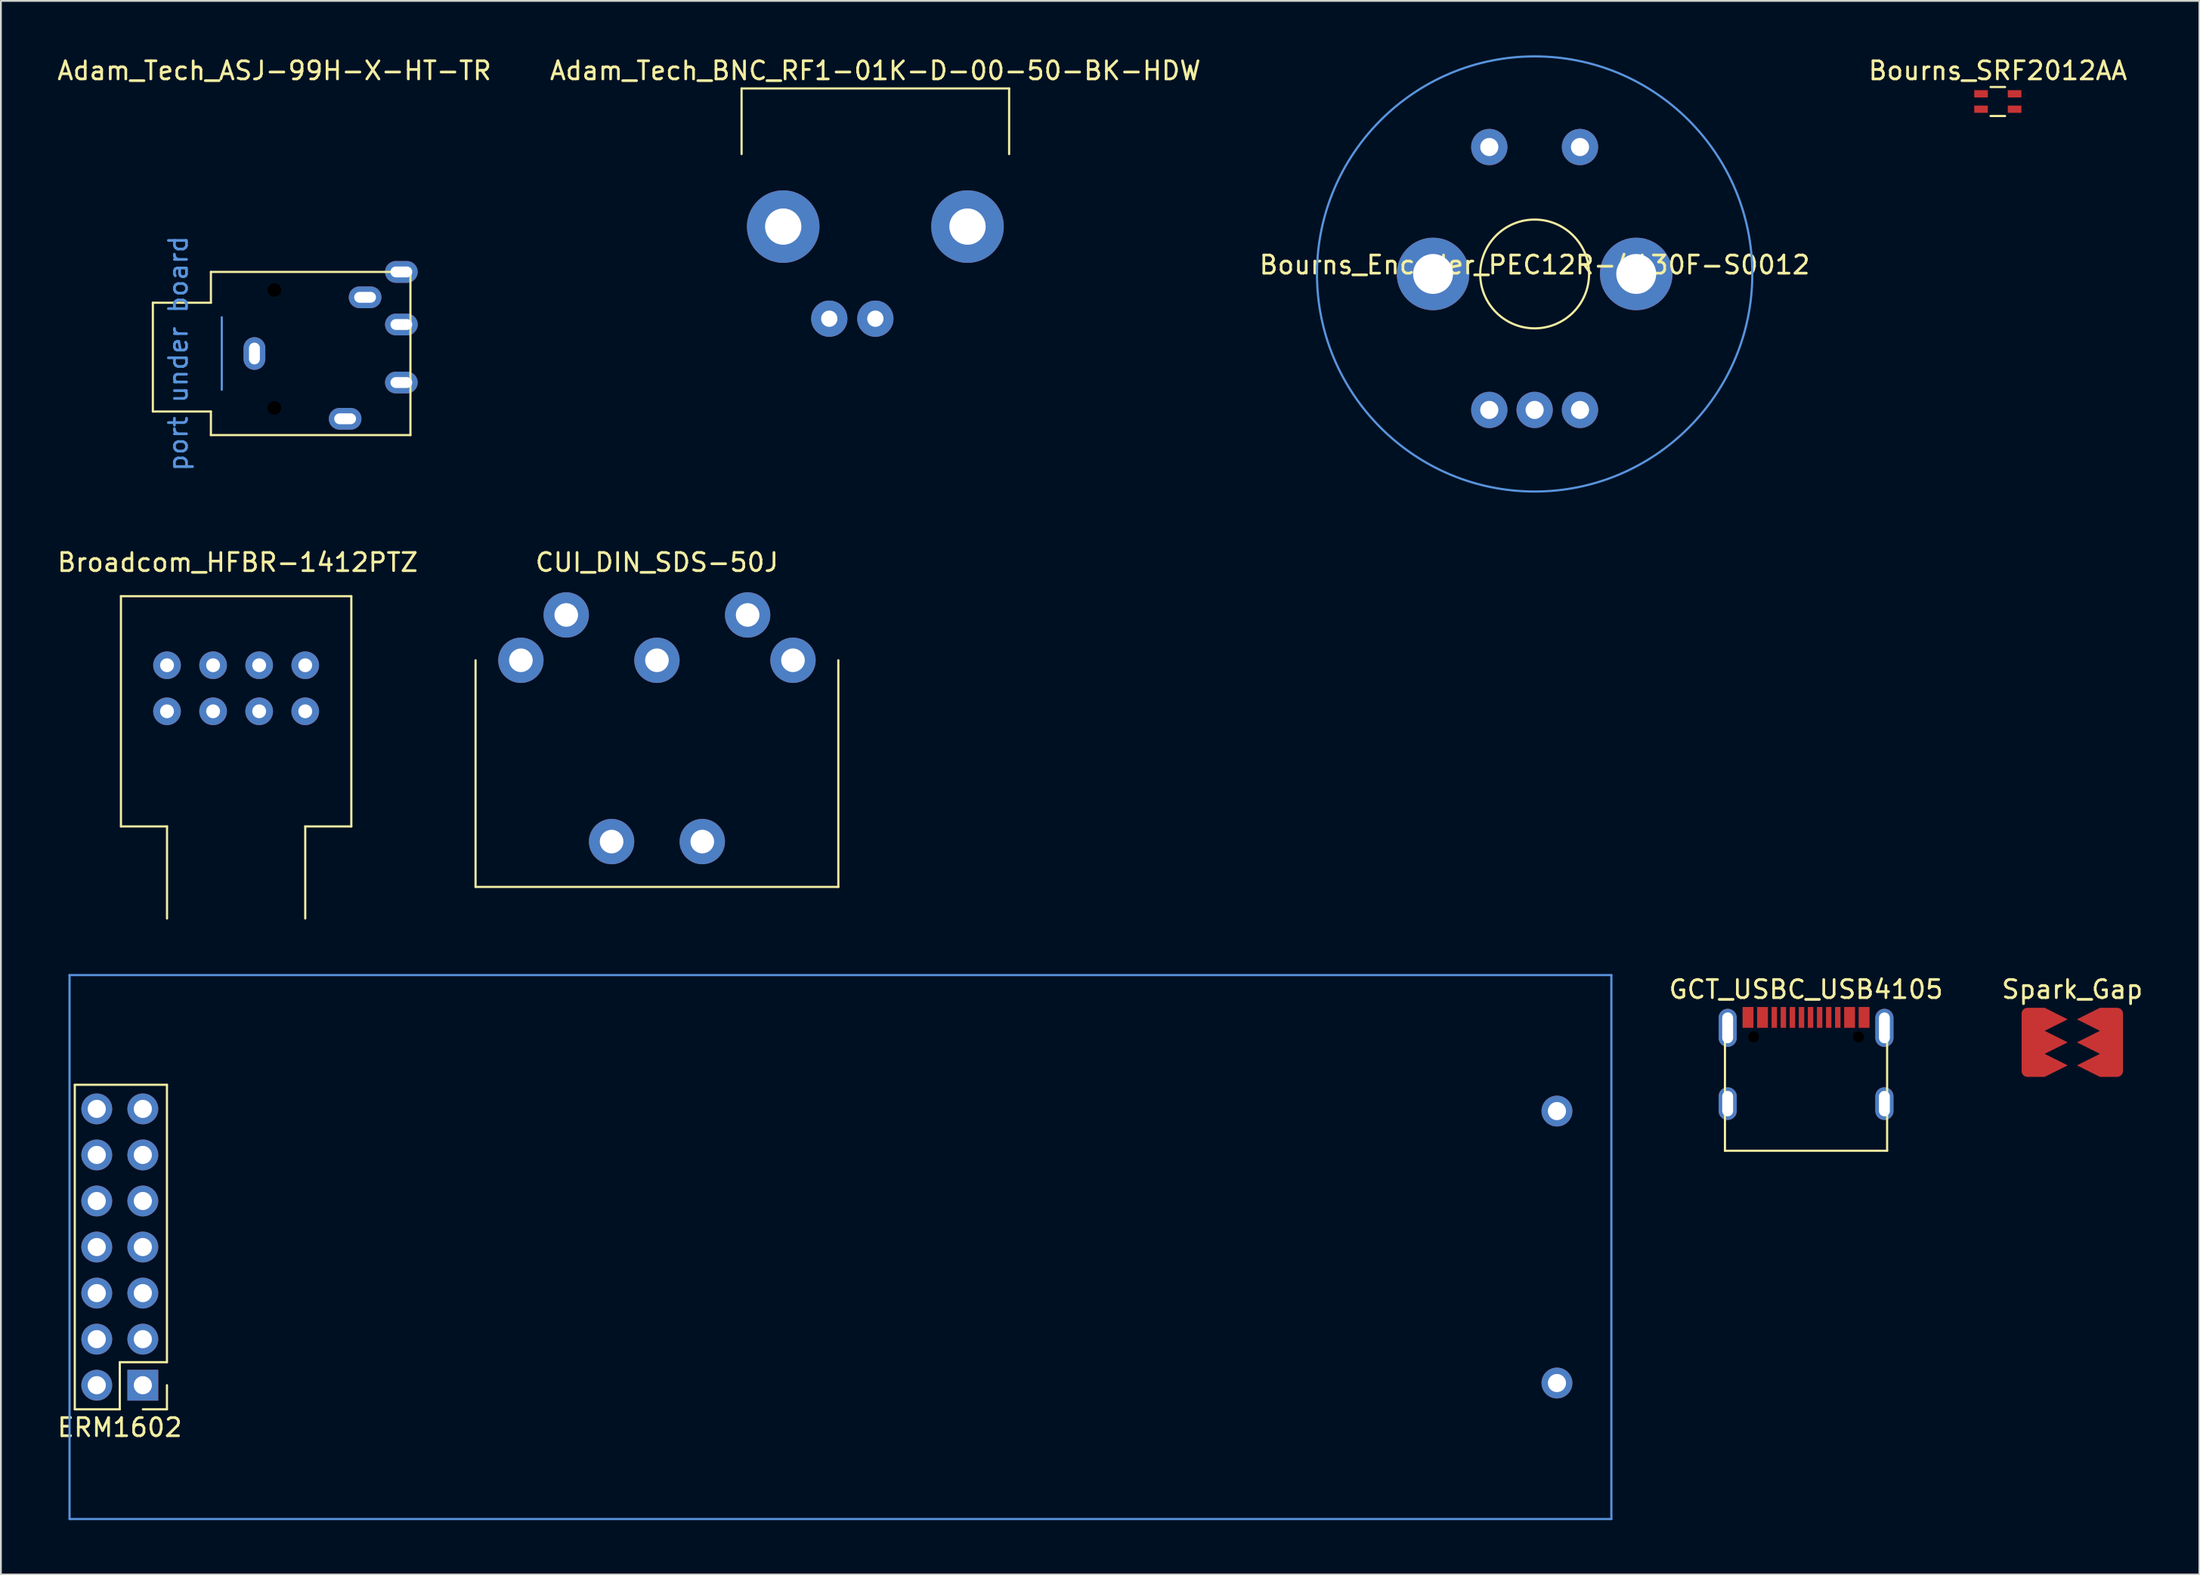
<source format=kicad_pcb>
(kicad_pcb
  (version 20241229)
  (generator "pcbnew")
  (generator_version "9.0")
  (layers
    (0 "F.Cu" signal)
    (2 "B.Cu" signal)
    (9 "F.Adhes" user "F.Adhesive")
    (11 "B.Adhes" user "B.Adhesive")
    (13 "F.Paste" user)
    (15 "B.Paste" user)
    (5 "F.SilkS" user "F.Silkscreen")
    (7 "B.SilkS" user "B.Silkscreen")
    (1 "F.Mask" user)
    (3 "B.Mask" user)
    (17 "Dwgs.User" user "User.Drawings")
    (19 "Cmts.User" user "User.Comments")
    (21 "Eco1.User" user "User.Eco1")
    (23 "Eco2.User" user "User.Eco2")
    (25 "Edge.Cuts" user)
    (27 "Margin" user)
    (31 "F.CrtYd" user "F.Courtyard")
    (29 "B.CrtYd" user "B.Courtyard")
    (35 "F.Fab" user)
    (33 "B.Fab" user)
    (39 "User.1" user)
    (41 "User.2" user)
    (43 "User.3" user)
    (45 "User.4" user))
  (footprint "Adam_Tech_BNC_RF1-01K-D-00-50-BK-HDW"
    (layer "F.Cu")
    (at 45.208 9.448)
    (property "Reference" "Adam_Tech_BNC_RF1-01K-D-00-50-BK-HDW" (at 0 -8.6 0) (unlocked yes) (layer "F.SilkS") (effects (font (size 1 1) (thickness 0.15))))
    (attr through_hole)
    (fp_line (start -7.375 -7.62) (end 7.375 -7.62) (stroke (width 0.12) (type solid)) (layer "F.SilkS"))
    (fp_line (start -7.375 -4) (end -7.375 -7.62) (stroke (width 0.12) (type solid)) (layer "F.SilkS"))
    (fp_line (start 7.375 -7.62) (end 7.375 -4) (stroke (width 0.12) (type solid)) (layer "F.SilkS"))
    (pad "" thru_hole circle (at -5.08 0) (size 4 4) (drill 2) (layers "*.Cu" "*.Mask"))
    (pad "" thru_hole circle (at 5.08 0) (size 4 4) (drill 2) (layers "*.Cu" "*.Mask"))
    (pad "1" thru_hole circle (at 0 5.08) (size 2 2) (drill 0.9) (layers "*.Cu" "*.Mask"))
    (pad "2" thru_hole circle (at -2.54 5.08) (size 2 2) (drill 0.9) (layers "*.Cu" "*.Mask")))
  (footprint "GCT_USBC_USB4105"
    (layer "F.Cu")
    (at 96.516 57.821)
    (property "Reference" "GCT_USBC_USB4105" (at 0 -6.3 0) (unlocked yes) (layer "F.SilkS") (effects (font (size 1 1) (thickness 0.15))))
    (attr through_hole)
    (fp_line (start -4.47 -4.75) (end -4.47 2.6) (stroke (width 0.12) (type solid)) (layer "F.SilkS"))
    (fp_line (start 4.47 -4.75) (end 4.47 2.6) (stroke (width 0.12) (type solid)) (layer "F.SilkS"))
    (fp_line (start 4.47 2.6) (end -4.47 2.6) (stroke (width 0.12) (type solid)) (layer "F.SilkS"))
    (pad "" np_thru_hole circle (at -2.89 -3.68) (size 0.6 0.6) (drill 0.65) (layers "*.Mask"))
    (pad "" np_thru_hole circle (at 2.89 -3.68) (size 0.6 0.6) (drill 0.65) (layers "*.Mask"))
    (pad "A1" smd rect (at -3.2 -4.755) (size 0.6 1.15) (layers "F.Cu" "F.Mask" "F.Paste"))
    (pad "A1" smd rect (at 3.2 -4.755) (size 0.6 1.15) (layers "F.Cu" "F.Mask" "F.Paste"))
    (pad "A4" smd rect (at -2.4 -4.755) (size 0.6 1.15) (layers "F.Cu" "F.Mask" "F.Paste"))
    (pad "A4" smd rect (at 2.4 -4.755) (size 0.6 1.15) (layers "F.Cu" "F.Mask" "F.Paste"))
    (pad "A5" smd rect (at -1.25 -4.755) (size 0.3 1.15) (layers "F.Cu" "F.Mask" "F.Paste"))
    (pad "A6" smd rect (at -0.25 -4.755) (size 0.3 1.15) (layers "F.Cu" "F.Mask" "F.Paste"))
    (pad "A7" smd rect (at 0.25 -4.755) (size 0.3 1.15) (layers "F.Cu" "F.Mask" "F.Paste"))
    (pad "A8" smd rect (at 1.25 -4.755) (size 0.3 1.15) (layers "F.Cu" "F.Mask" "F.Paste"))
    (pad "B5" smd rect (at 1.75 -4.755) (size 0.3 1.15) (layers "F.Cu" "F.Mask" "F.Paste"))
    (pad "B6" smd rect (at 0.75 -4.755) (size 0.3 1.15) (layers "F.Cu" "F.Mask" "F.Paste"))
    (pad "B7" smd rect (at -0.75 -4.755) (size 0.3 1.15) (layers "F.Cu" "F.Mask" "F.Paste"))
    (pad "B8" smd rect (at -1.75 -4.755) (size 0.3 1.15) (layers "F.Cu" "F.Mask" "F.Paste"))
    (pad "S1" thru_hole oval (at -4.32 -4.18) (size 1 2.1) (drill oval 0.6 1.7) (layers "*.Cu" "*.Mask"))
    (pad "S1" thru_hole oval (at -4.32 0) (size 1 1.8) (drill oval 0.6 1.4) (layers "*.Cu" "*.Mask"))
    (pad "S1" thru_hole oval (at 4.32 -4.18) (size 1 2.1) (drill oval 0.6 1.7) (layers "*.Cu" "*.Mask"))
    (pad "S1" thru_hole oval (at 4.32 0) (size 1 1.8) (drill oval 0.6 1.4) (layers "*.Cu" "*.Mask")))
  (footprint "CUI_DIN_SDS-50J"
    (layer "F.Cu")
    (at 33.167 38.368)
    (property "Reference" "CUI_DIN_SDS-50J" (at 0 -10.4 0) (unlocked yes) (layer "F.SilkS") (effects (font (size 1 1) (thickness 0.15))))
    (attr through_hole)
    (fp_line (start -10 -5) (end -10 7.5) (stroke (width 0.12) (type solid)) (layer "F.SilkS"))
    (fp_line (start -10 7.5) (end 10 7.5) (stroke (width 0.12) (type solid)) (layer "F.SilkS"))
    (fp_line (start 10 7.5) (end 10 -5) (stroke (width 0.12) (type solid)) (layer "F.SilkS"))
    (pad "" thru_hole circle (at -2.5 5 90) (size 2.5 2.5) (drill 1.3) (layers "*.Cu" "*.Mask"))
    (pad "" thru_hole circle (at 2.5 5 90) (size 2.5 2.5) (drill 1.3) (layers "*.Cu" "*.Mask"))
    (pad "1" thru_hole circle (at 7.5 -5 90) (size 2.5 2.5) (drill 1.3) (layers "*.Cu" "*.Mask"))
    (pad "2" thru_hole circle (at 0 -5 90) (size 2.5 2.5) (drill 1.3) (layers "*.Cu" "*.Mask"))
    (pad "3" thru_hole circle (at -7.5 -5 90) (size 2.5 2.5) (drill 1.3) (layers "*.Cu" "*.Mask"))
    (pad "4" thru_hole circle (at 5 -7.5 90) (size 2.5 2.5) (drill 1.3) (layers "*.Cu" "*.Mask"))
    (pad "5" thru_hole circle (at -5 -7.5 90) (size 2.5 2.5) (drill 1.3) (layers "*.Cu" "*.Mask")))
  (footprint "Bourns_SRF2012AA"
    (layer "F.Cu")
    (at 107.089 2.548)
    (property "Reference" "Bourns_SRF2012AA" (at 0 -1.7 0) (unlocked yes) (layer "F.SilkS") (effects (font (size 1 1) (thickness 0.15))))
    (attr smd)
    (fp_line (start -0.4 -0.8) (end 0.4 -0.8) (stroke (width 0.12) (type solid)) (layer "F.SilkS"))
    (fp_line (start 0.4 0.8) (end -0.4 0.8) (stroke (width 0.12) (type solid)) (layer "F.SilkS"))
    (pad "1" smd rect (at -0.925 -0.425) (size 0.75 0.4) (layers "F.Cu" "F.Mask" "F.Paste"))
    (pad "2" smd rect (at 0.925 -0.425) (size 0.75 0.4) (layers "F.Cu" "F.Mask" "F.Paste"))
    (pad "3" smd rect (at -0.925 0.425) (size 0.75 0.4) (layers "F.Cu" "F.Mask" "F.Paste"))
    (pad "4" smd rect (at 0.925 0.425) (size 0.75 0.4) (layers "F.Cu" "F.Mask" "F.Paste")))
  (footprint "ERM1602"
    (layer "F.Cu")
    (at 2.284 65.732)
    (property "Reference" "ERM1602" (at 1.27 9.95 180) (layer "F.SilkS") (effects (font (size 1 1) (thickness 0.15))))
    (attr through_hole)
    (fp_line (start -1.21 -8.95) (end -1.21 8.95) (stroke (width 0.12) (type solid)) (layer "F.SilkS"))
    (fp_line (start 1.27 6.35) (end 1.27 8.95) (stroke (width 0.12) (type solid)) (layer "F.SilkS"))
    (fp_line (start 1.27 8.95) (end -1.21 8.95) (stroke (width 0.12) (type solid)) (layer "F.SilkS"))
    (fp_line (start 3.87 -8.95) (end -1.21 -8.95) (stroke (width 0.12) (type solid)) (layer "F.SilkS"))
    (fp_line (start 3.87 6.35) (end 1.27 6.35) (stroke (width 0.12) (type solid)) (layer "F.SilkS"))
    (fp_line (start 3.87 6.35) (end 3.87 -8.95) (stroke (width 0.12) (type solid)) (layer "F.SilkS"))
    (fp_line (start 3.87 7.62) (end 3.87 8.95) (stroke (width 0.12) (type solid)) (layer "F.SilkS"))
    (fp_line (start 3.87 8.95) (end 2.54 8.95) (stroke (width 0.12) (type solid)) (layer "F.SilkS"))
    (fp_line (start -1.5 -15) (end 83.5 -15) (stroke (width 0.12) (type solid)) (layer "Cmts.User"))
    (fp_line (start -1.5 15) (end -1.5 -15) (stroke (width 0.12) (type solid)) (layer "Cmts.User"))
    (fp_line (start 83.5 -15) (end 83.5 15) (stroke (width 0.12) (type solid)) (layer "Cmts.User"))
    (fp_line (start 83.5 15) (end -1.5 15) (stroke (width 0.12) (type solid)) (layer "Cmts.User"))
    (pad "1" thru_hole rect (at 2.54 7.62 180) (size 1.7 1.7) (drill 1) (layers "*.Cu" "*.Mask"))
    (pad "2" thru_hole oval (at 0 7.62 180) (size 1.7 1.7) (drill 1) (layers "*.Cu" "*.Mask"))
    (pad "3" thru_hole oval (at 2.54 5.08 180) (size 1.7 1.7) (drill 1) (layers "*.Cu" "*.Mask"))
    (pad "4" thru_hole oval (at 0 5.08 180) (size 1.7 1.7) (drill 1) (layers "*.Cu" "*.Mask"))
    (pad "5" thru_hole oval (at 2.54 2.54 180) (size 1.7 1.7) (drill 1) (layers "*.Cu" "*.Mask"))
    (pad "6" thru_hole oval (at 0 2.54 180) (size 1.7 1.7) (drill 1) (layers "*.Cu" "*.Mask"))
    (pad "7" thru_hole oval (at 2.54 0 180) (size 1.7 1.7) (drill 1) (layers "*.Cu" "*.Mask"))
    (pad "8" thru_hole oval (at 0 0 180) (size 1.7 1.7) (drill 1) (layers "*.Cu" "*.Mask"))
    (pad "9" thru_hole oval (at 2.54 -2.54 180) (size 1.7 1.7) (drill 1) (layers "*.Cu" "*.Mask"))
    (pad "10" thru_hole oval (at 0 -2.54 180) (size 1.7 1.7) (drill 1) (layers "*.Cu" "*.Mask"))
    (pad "11" thru_hole oval (at 2.54 -5.08 180) (size 1.7 1.7) (drill 1) (layers "*.Cu" "*.Mask"))
    (pad "12" thru_hole oval (at 0 -5.08 180) (size 1.7 1.7) (drill 1) (layers "*.Cu" "*.Mask"))
    (pad "13" thru_hole oval (at 2.54 -7.62 180) (size 1.7 1.7) (drill 1) (layers "*.Cu" "*.Mask"))
    (pad "14" thru_hole oval (at 0 -7.62 180) (size 1.7 1.7) (drill 1) (layers "*.Cu" "*.Mask"))
    (pad "15" thru_hole oval (at 80.5 -7.5 180) (size 1.7 1.7) (drill 1) (layers "*.Cu" "*.Mask"))
    (pad "16" thru_hole oval (at 80.5 7.5 180) (size 1.7 1.7) (drill 1) (layers "*.Cu" "*.Mask")))
  (footprint "Adam_Tech_ASJ-99H-X-HT-TR"
    (layer "F.Cu")
    (at 12.077 16.448)
    (property "Reference" "Adam_Tech_ASJ-99H-X-HT-TR" (at 0 -15.6 0) (unlocked yes) (layer "F.SilkS") (effects (font (size 1 1) (thickness 0.15))))
    (attr through_hole)
    (fp_line (start -6.7 -2.8) (end -3.5 -2.8) (stroke (width 0.12) (type solid)) (layer "F.SilkS"))
    (fp_line (start -6.7 3.2) (end -6.7 -2.8) (stroke (width 0.12) (type solid)) (layer "F.SilkS"))
    (fp_line (start -3.5 -4.5) (end 7.5 -4.5) (stroke (width 0.12) (type solid)) (layer "F.SilkS"))
    (fp_line (start -3.5 -2.8) (end -3.5 -4.5) (stroke (width 0.12) (type solid)) (layer "F.SilkS"))
    (fp_line (start -3.5 3.2) (end -6.7 3.2) (stroke (width 0.12) (type solid)) (layer "F.SilkS"))
    (fp_line (start -3.5 4.5) (end -3.5 3.2) (stroke (width 0.12) (type solid)) (layer "F.SilkS"))
    (fp_line (start 7.5 -4.5) (end 7.5 4.5) (stroke (width 0.12) (type solid)) (layer "F.SilkS"))
    (fp_line (start 7.5 4.5) (end -3.5 4.5) (stroke (width 0.12) (type solid)) (layer "F.SilkS"))
    (fp_line (start -2.9 -2) (end -2.9 2) (stroke (width 0.12) (type solid)) (layer "Cmts.User"))
    (fp_text user "port under board" (at -5.3 0 90) (unlocked yes) (layer "Cmts.User") (effects (font (size 1 1) (thickness 0.15))))
    (pad "" np_thru_hole circle (at 0 -3.5) (size 0.75 0.75) (drill 1.3) (layers "*.Mask"))
    (pad "" np_thru_hole circle (at 0 3) (size 0.75 0.75) (drill 1.3) (layers "*.Mask"))
    (pad "R" thru_hole oval (at 7 -1.6 90) (size 1.2 1.8) (drill oval 0.6 1.2) (layers "*.Cu" "*.Mask"))
    (pad "RN" thru_hole oval (at 5 -3.1 90) (size 1.2 1.8) (drill oval 0.6 1.2) (layers "*.Cu" "*.Mask"))
    (pad "RN" thru_hole oval (at 7 -4.5 90) (size 1.2 1.8) (drill oval 0.6 1.2) (layers "*.Cu" "*.Mask"))
    (pad "S" thru_hole oval (at -1.1 0) (size 1.2 1.8) (drill oval 0.6 1.2) (layers "*.Cu" "*.Mask"))
    (pad "T" thru_hole oval (at 3.9 3.6 90) (size 1.2 1.8) (drill oval 0.6 1.2) (layers "*.Cu" "*.Mask"))
    (pad "TN" thru_hole oval (at 7 1.6 90) (size 1.2 1.8) (drill oval 0.6 1.2) (layers "*.Cu" "*.Mask")))
  (footprint "Spark_Gap"
    (layer "F.Cu")
    (at 111.195 54.441)
    (property "Reference" "Spark_Gap" (at 0 -2.921 0) (unlocked yes) (layer "F.SilkS") (effects (font (size 1 1) (thickness 0.15))))
    (attr smd)
    (fp_poly (pts (arc (start 1.778 1.905) (mid 2.047408 1.793408) (end 2.159 1.524)) (arc (start 2.159 -1.524) (mid 2.047408 -1.793408) (end 1.778 -1.905)) (arc (start -1.778 -1.905) (mid -2.047408 -1.793408) (end -2.159 -1.524)) (arc (start -2.159 1.524) (mid -2.047408 1.793408) (end -1.778 1.905))) (stroke (width 0) (type solid)) (fill yes) (layer "F.Mask"))
    (pad "1" smd custom (at -2.159 0 90) (size 1.27 1.27) (layers "F.Cu") (options (anchor circle)) (primitives (gr_poly (pts (xy -1.905 -0.318) (xy -1.894 -0.4) (xy -1.848 -0.5) (xy -1.77 -0.578) (xy -1.67 -0.624) (xy -1.587 -0.635) (xy 1.587 -0.635) (xy 1.67 -0.624) (xy 1.77 -0.578) (xy 1.848 -0.5) (xy 1.894 -0.4) (xy 1.905 -0.318) (xy 1.905 0.318) (xy 1.894 0.4) (xy 1.848 0.5) (xy 1.77 0.578) (xy 1.67 0.624) (xy 1.587 0.635) (xy -1.587 0.635) (xy -1.67 0.624) (xy -1.77 0.578) (xy -1.848 0.5) (xy -1.894 0.4) (xy -1.905 0.318)) (width 0) (fill yes)) (gr_poly (pts (xy 1.905 -0.127) (xy 1.905 0.635) (xy 1.27 1.905) (xy 0.635 0.635) (xy 0 1.905) (xy -0.635 0.635) (xy -1.27 1.905) (xy -1.905 0.635) (xy -1.905 -0.127)) (width 0) (fill yes))))
    (pad "2" smd custom (at 2.159 0 90) (size 1.27 1.27) (layers "F.Cu") (options (anchor circle)) (primitives (gr_poly (pts (xy -1.905 -0.318) (xy -1.894 -0.4) (xy -1.848 -0.5) (xy -1.77 -0.578) (xy -1.67 -0.624) (xy -1.587 -0.635) (xy 1.587 -0.635) (xy 1.67 -0.624) (xy 1.77 -0.578) (xy 1.848 -0.5) (xy 1.894 -0.4) (xy 1.905 -0.318) (xy 1.905 0.318) (xy 1.894 0.4) (xy 1.848 0.5) (xy 1.77 0.578) (xy 1.67 0.624) (xy 1.587 0.635) (xy -1.587 0.635) (xy -1.67 0.624) (xy -1.77 0.578) (xy -1.848 0.5) (xy -1.894 0.4) (xy -1.905 0.318)) (width 0) (fill yes)) (gr_poly (pts (xy -1.905 0.127) (xy -1.905 -0.635) (xy -1.27 -1.905) (xy -0.635 -0.635) (xy 0 -1.905) (xy 0.635 -0.635) (xy 1.27 -1.905) (xy 1.905 -0.635) (xy 1.905 0.127)) (width 0) (fill yes)))))
  (footprint "Bourns_Encoder_PEC12R-4130F-S0012"
    (layer "F.Cu")
    (at 81.554 12.06)
    (property "Reference" "Bourns_Encoder_PEC12R-4130F-S0012" (at 0 -0.5 0) (unlocked yes) (layer "F.SilkS") (effects (font (size 1 1) (thickness 0.15))))
    (attr through_hole)
    (fp_circle (center 0 0) (end 3 0) (stroke (width 0.12) (type solid)) (fill no) (layer "F.SilkS"))
    (fp_circle (center 0 0) (end 12 0) (stroke (width 0.12) (type solid)) (fill no) (layer "Cmts.User"))
    (pad "" thru_hole circle (at -5.6 0) (size 4 4) (drill 2.2) (layers "*.Cu" "*.Mask"))
    (pad "" thru_hole circle (at 5.6 0) (size 4 4) (drill 2.2) (layers "*.Cu" "*.Mask"))
    (pad "A" thru_hole circle (at -2.5 7.5) (size 2 2) (drill 1) (layers "*.Cu" "*.Mask"))
    (pad "B" thru_hole circle (at 2.5 7.5) (size 2 2) (drill 1) (layers "*.Cu" "*.Mask"))
    (pad "C" thru_hole circle (at 0 7.5) (size 2 2) (drill 1) (layers "*.Cu" "*.Mask"))
    (pad "S1" thru_hole circle (at -2.5 -7) (size 2 2) (drill 1) (layers "*.Cu" "*.Mask"))
    (pad "S2" thru_hole circle (at 2.5 -7) (size 2 2) (drill 1) (layers "*.Cu" "*.Mask")))
  (footprint "Broadcom_HFBR-1412PTZ"
    (layer "F.Cu")
    (at 9.968 36.182)
    (property "Reference" "Broadcom_HFBR-1412PTZ" (at 0.086 -8.214 0) (unlocked yes) (layer "F.SilkS") (effects (font (size 1 1) (thickness 0.15))))
    (attr through_hole)
    (fp_line (start -6.35 -6.35) (end 6.35 -6.35) (stroke (width 0.12) (type solid)) (layer "F.SilkS"))
    (fp_line (start -6.35 6.35) (end -6.35 -6.35) (stroke (width 0.12) (type solid)) (layer "F.SilkS"))
    (fp_line (start -3.81 6.35) (end -6.35 6.35) (stroke (width 0.12) (type solid)) (layer "F.SilkS"))
    (fp_line (start -3.81 6.35) (end -3.81 11.43) (stroke (width 0.12) (type solid)) (layer "F.SilkS"))
    (fp_line (start 3.81 6.35) (end 3.81 11.43) (stroke (width 0.12) (type solid)) (layer "F.SilkS"))
    (fp_line (start 6.35 -6.35) (end 6.35 6.35) (stroke (width 0.12) (type solid)) (layer "F.SilkS"))
    (fp_line (start 6.35 6.35) (end 3.81 6.35) (stroke (width 0.12) (type solid)) (layer "F.SilkS"))
    (pad "1" thru_hole circle (at 3.81 -2.54 90) (size 1.524 1.524) (drill 0.762) (layers "*.Cu" "*.Mask"))
    (pad "2" thru_hole circle (at 1.27 -2.54 90) (size 1.524 1.524) (drill 0.762) (layers "*.Cu" "*.Mask"))
    (pad "3" thru_hole circle (at -1.27 -2.54 90) (size 1.524 1.524) (drill 0.762) (layers "*.Cu" "*.Mask"))
    (pad "4" thru_hole circle (at -3.81 -2.54 90) (size 1.524 1.524) (drill 0.762) (layers "*.Cu" "*.Mask"))
    (pad "5" thru_hole circle (at -3.81 0 90) (size 1.524 1.524) (drill 0.762) (layers "*.Cu" "*.Mask"))
    (pad "6" thru_hole circle (at -1.27 0 90) (size 1.524 1.524) (drill 0.762) (layers "*.Cu" "*.Mask"))
    (pad "7" thru_hole circle (at 1.27 0 90) (size 1.524 1.524) (drill 0.762) (layers "*.Cu" "*.Mask"))
    (pad "8" thru_hole circle (at 3.81 0 90) (size 1.524 1.524) (drill 0.762) (layers "*.Cu" "*.Mask")))
  (gr_rect
    (start -3 -3)
    (end 118.201 83.792)
    (stroke (width 0.1) (type default))
    (fill no)
    (layer "Edge.Cuts")))
</source>
